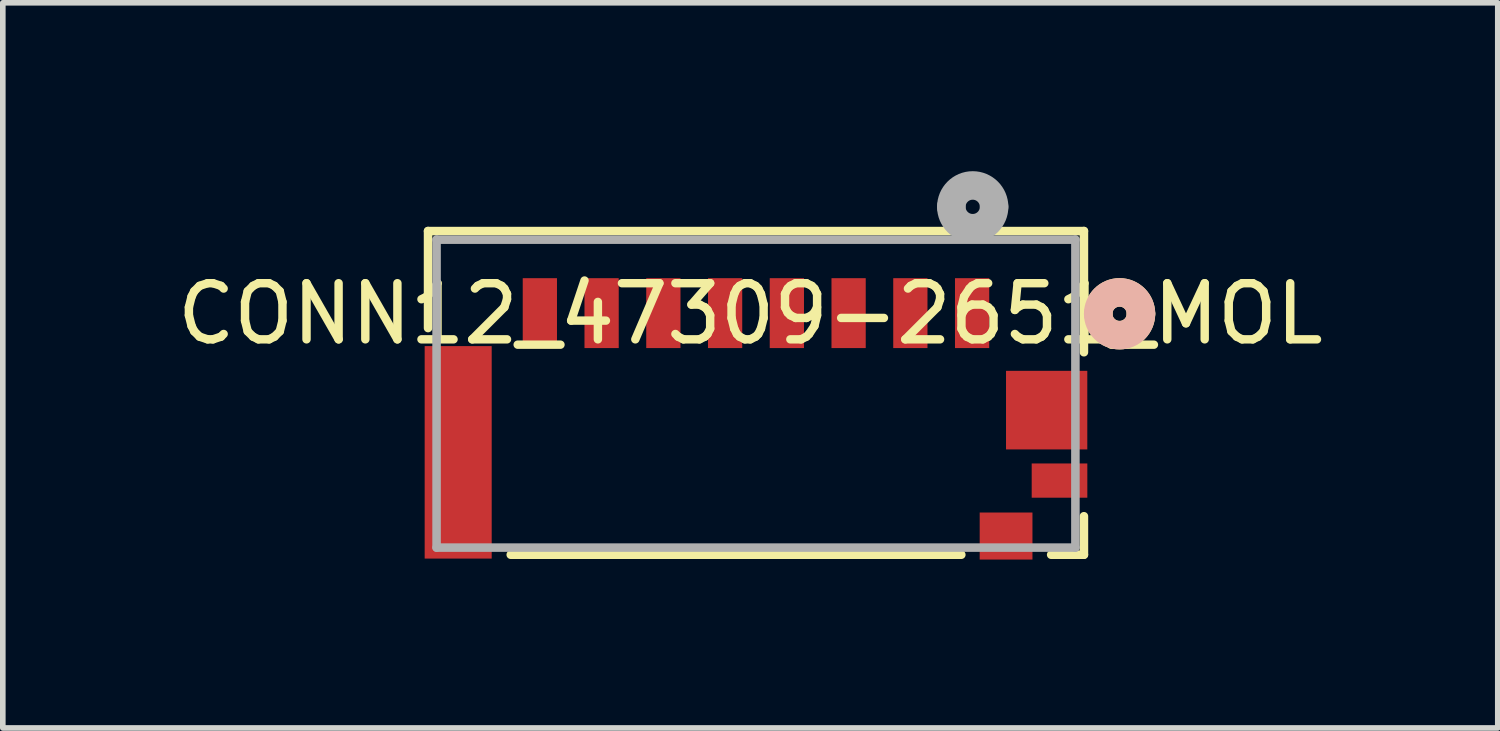
<source format=kicad_pcb>
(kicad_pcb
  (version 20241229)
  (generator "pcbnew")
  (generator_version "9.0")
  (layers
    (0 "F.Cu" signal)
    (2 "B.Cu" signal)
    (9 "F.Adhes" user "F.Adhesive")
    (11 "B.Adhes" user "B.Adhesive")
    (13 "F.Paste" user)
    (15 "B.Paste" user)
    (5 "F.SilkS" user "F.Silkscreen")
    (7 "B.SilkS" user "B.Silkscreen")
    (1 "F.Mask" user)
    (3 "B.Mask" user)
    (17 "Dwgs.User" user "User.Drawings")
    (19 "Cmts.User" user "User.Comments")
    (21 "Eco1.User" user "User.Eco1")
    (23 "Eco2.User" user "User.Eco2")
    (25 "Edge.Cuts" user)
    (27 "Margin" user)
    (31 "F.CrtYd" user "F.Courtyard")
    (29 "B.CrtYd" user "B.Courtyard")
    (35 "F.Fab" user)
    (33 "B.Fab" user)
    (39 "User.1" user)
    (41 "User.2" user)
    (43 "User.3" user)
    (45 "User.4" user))
  (footprint "CONN12_47309-2651_MOL"
    (layer "F.Cu")
    (at 10.417 3.962)
    (property "Reference" "CONN12_47309-2651_MOL" (at -0.102 -1.422 0) (layer "F.SilkS") (effects (font (size 1 1) (thickness 0.15))))
    (attr smd)
    (fp_line (start -5.842 -2.896) (end 5.842 -2.896) (stroke (width 0.152) (type solid)) (layer "F.SilkS"))
    (fp_line (start -5.842 -1.168) (end -5.842 -2.896) (stroke (width 0.152) (type solid)) (layer "F.SilkS"))
    (fp_line (start 3.658 2.87) (end -4.369 2.87) (stroke (width 0.152) (type solid)) (layer "F.SilkS"))
    (fp_line (start 5.842 -2.896) (end 5.842 -0.737) (stroke (width 0.152) (type solid)) (layer "F.SilkS"))
    (fp_line (start 5.842 2.184) (end 5.842 2.87) (stroke (width 0.152) (type solid)) (layer "F.SilkS"))
    (fp_line (start 5.842 2.87) (end 5.258 2.87) (stroke (width 0.152) (type solid)) (layer "F.SilkS"))
    (fp_arc (start 6.096 -1.4224) (mid 6.477 -1.8034) (end 6.858 -1.4224) (stroke (width 0.508) (type solid)) (layer "F.SilkS"))
    (fp_arc (start 6.858 -1.4224) (mid 6.477 -1.0414) (end 6.096 -1.4224) (stroke (width 0.508) (type solid)) (layer "F.SilkS"))
    (fp_arc (start 6.096 -1.4224) (mid 6.477 -1.8034) (end 6.858 -1.4224) (stroke (width 0.508) (type solid)) (layer "B.SilkS"))
    (fp_arc (start 6.858 -1.4224) (mid 6.477 -1.0414) (end 6.096 -1.4224) (stroke (width 0.508) (type solid)) (layer "B.SilkS"))
    (fp_line (start -5.69 -2.743) (end -5.69 2.743) (stroke (width 0.152) (type solid)) (layer "F.Fab"))
    (fp_line (start -5.69 2.743) (end 5.69 2.743) (stroke (width 0.152) (type solid)) (layer "F.Fab"))
    (fp_line (start 5.69 -2.743) (end -5.69 -2.743) (stroke (width 0.152) (type solid)) (layer "F.Fab"))
    (fp_line (start 5.69 2.743) (end 5.69 -2.743) (stroke (width 0.152) (type solid)) (layer "F.Fab"))
    (fp_arc (start 3.4798 -3.3274) (mid 3.8608 -3.7084) (end 4.2418 -3.3274) (stroke (width 0.508) (type solid)) (layer "F.Fab"))
    (fp_arc (start 4.2418 -3.3274) (mid 3.8608 -2.9464) (end 3.4798 -3.3274) (stroke (width 0.508) (type solid)) (layer "F.Fab"))
    (pad "1" smd rect (at 3.85 -1.434) (size 0.61 1.245) (layers "F.Cu" "F.Mask" "F.Paste"))
    (pad "2" smd rect (at 2.75 -1.434) (size 0.61 1.245) (layers "F.Cu" "F.Mask" "F.Paste"))
    (pad "3" smd rect (at 1.65 -1.434) (size 0.61 1.245) (layers "F.Cu" "F.Mask" "F.Paste"))
    (pad "4" smd rect (at 0.55 -1.434) (size 0.61 1.245) (layers "F.Cu" "F.Mask" "F.Paste"))
    (pad "5" smd rect (at -0.55 -1.434) (size 0.61 1.245) (layers "F.Cu" "F.Mask" "F.Paste"))
    (pad "6" smd rect (at -1.65 -1.434) (size 0.61 1.245) (layers "F.Cu" "F.Mask" "F.Paste"))
    (pad "7" smd rect (at -2.75 -1.434) (size 0.61 1.245) (layers "F.Cu" "F.Mask" "F.Paste"))
    (pad "8" smd rect (at -3.85 -1.434) (size 0.61 1.245) (layers "F.Cu" "F.Mask" "F.Paste"))
    (pad "G1" smd rect (at -5.305 1.046) (size 1.194 3.785) (layers "F.Cu" "F.Mask" "F.Paste"))
    (pad "G2" smd rect (at 5.178 0.294) (size 1.448 1.4) (layers "F.Cu" "F.Mask" "F.Paste"))
    (pad "G3" smd rect (at 5.407 1.549) (size 0.991 0.61) (layers "F.Cu" "F.Mask" "F.Paste"))
    (pad "G4" smd rect (at 4.455 2.537) (size 0.94 0.838) (layers "F.Cu" "F.Mask" "F.Paste")))
  (gr_rect
    (start -3 -3)
    (end 23.631 9.918)
    (stroke (width 0.1) (type default))
    (fill no)
    (layer "Edge.Cuts")))
</source>
